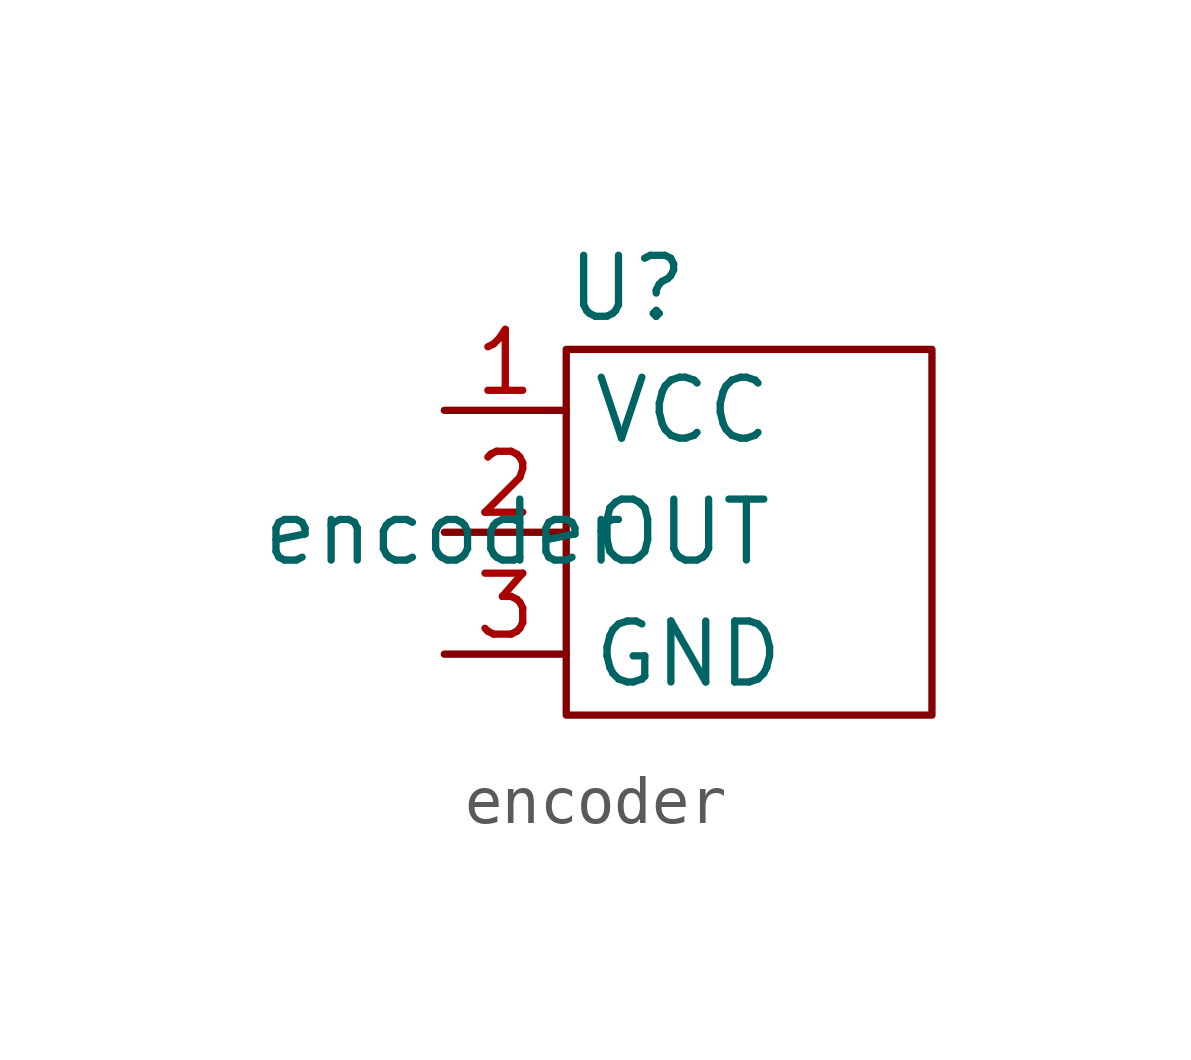
<source format=kicad_sym>
(kicad_symbol_lib
  (version 20231120)
  (generator "kicad_symbol_editor")
  (generator_version "8.0")
  (symbol "encoder"
    (property "Reference" "U"
      (at 0 5.08 0)
      (effects (font (size 1.27 1.27))))
    (property "Value" "encoder"
      (at -3.81 0 0)
      (effects (font (size 1.27 1.27))))
    (symbol "encoder_0_1"
      (rectangle (start -1.27 3.81) (end 6.35 -3.81) (stroke (width 0) (type default)) (fill (type none))))
    (symbol "encoder_1_1"
      (pin power_in line (at -3.81 2.54 0) (length 2.54) (name "VCC" (effects (font (size 1.27 1.27)))) (number "1" (effects (font (size 1.27 1.27)))))
      (pin output line (at -3.81 0 0) (length 2.54) (name "OUT" (effects (font (size 1.27 1.27)))) (number "2" (effects (font (size 1.27 1.27)))))
      (pin passive line (at -3.81 -2.54 0) (length 2.54) (name "GND" (effects (font (size 1.27 1.27)))) (number "3" (effects (font (size 1.27 1.27))))))))
</source>
